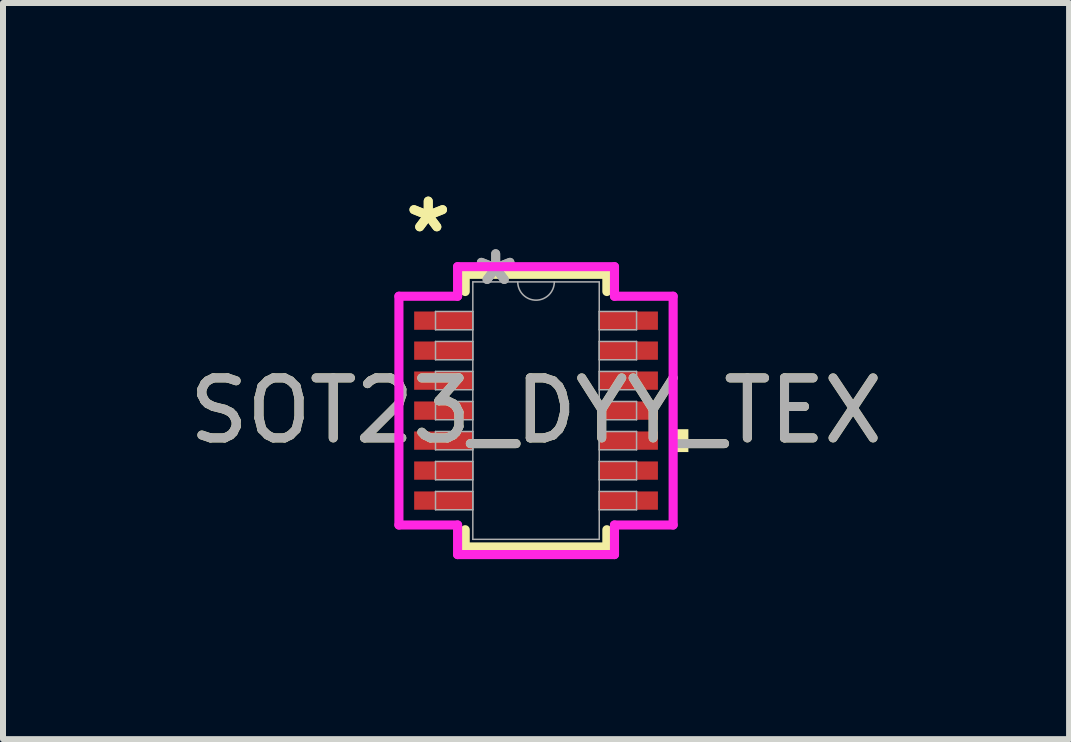
<source format=kicad_pcb>
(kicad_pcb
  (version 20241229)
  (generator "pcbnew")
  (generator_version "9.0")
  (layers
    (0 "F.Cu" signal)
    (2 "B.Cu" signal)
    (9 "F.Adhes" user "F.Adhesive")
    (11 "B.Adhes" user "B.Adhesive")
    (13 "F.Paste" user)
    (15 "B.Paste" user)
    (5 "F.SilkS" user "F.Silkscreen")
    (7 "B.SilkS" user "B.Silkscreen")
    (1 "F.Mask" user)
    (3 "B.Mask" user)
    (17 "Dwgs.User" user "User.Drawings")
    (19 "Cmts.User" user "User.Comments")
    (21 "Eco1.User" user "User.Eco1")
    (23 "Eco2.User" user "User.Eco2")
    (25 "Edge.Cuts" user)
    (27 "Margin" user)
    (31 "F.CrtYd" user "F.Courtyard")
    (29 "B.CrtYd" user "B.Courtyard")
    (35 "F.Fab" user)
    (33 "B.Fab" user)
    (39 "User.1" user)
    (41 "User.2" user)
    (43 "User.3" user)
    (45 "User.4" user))
  (footprint "SOT23_DYY_TEX"
    (layer "F.Cu")
    (at 5.887 3.796)
    (property "Reference" "SOT23_DYY_TEX" (at 0 0 0) (unlocked yes) (layer "F.SilkS") (effects (font (size 1 1) (thickness 0.15))))
    (attr smd)
    (fp_line (start -1.181 -2.273) (end -1.181 -1.986) (stroke (width 0.152) (type solid)) (layer "F.SilkS"))
    (fp_line (start -1.181 1.986) (end -1.181 2.273) (stroke (width 0.152) (type solid)) (layer "F.SilkS"))
    (fp_line (start -1.181 2.273) (end 1.181 2.273) (stroke (width 0.152) (type solid)) (layer "F.SilkS"))
    (fp_line (start 1.181 -2.273) (end -1.181 -2.273) (stroke (width 0.152) (type solid)) (layer "F.SilkS"))
    (fp_line (start 1.181 -1.986) (end 1.181 -2.273) (stroke (width 0.152) (type solid)) (layer "F.SilkS"))
    (fp_line (start 1.181 2.273) (end 1.181 1.986) (stroke (width 0.152) (type solid)) (layer "F.SilkS"))
    (fp_poly (pts (xy 2.54 0.31) (xy 2.54 0.691) (xy 2.286 0.691) (xy 2.286 0.31)) (stroke (width 0) (type solid)) (fill yes) (layer "F.SilkS"))
    (fp_line (start -2.286 -1.907) (end -1.308 -1.907) (stroke (width 0.152) (type solid)) (layer "F.CrtYd"))
    (fp_line (start -2.286 1.907) (end -2.286 -1.907) (stroke (width 0.152) (type solid)) (layer "F.CrtYd"))
    (fp_line (start -2.286 1.907) (end -1.308 1.907) (stroke (width 0.152) (type solid)) (layer "F.CrtYd"))
    (fp_line (start -1.308 -2.4) (end 1.308 -2.4) (stroke (width 0.152) (type solid)) (layer "F.CrtYd"))
    (fp_line (start -1.308 -1.907) (end -1.308 -2.4) (stroke (width 0.152) (type solid)) (layer "F.CrtYd"))
    (fp_line (start -1.308 2.4) (end -1.308 1.907) (stroke (width 0.152) (type solid)) (layer "F.CrtYd"))
    (fp_line (start 1.308 -2.4) (end 1.308 -1.907) (stroke (width 0.152) (type solid)) (layer "F.CrtYd"))
    (fp_line (start 1.308 1.907) (end 1.308 2.4) (stroke (width 0.152) (type solid)) (layer "F.CrtYd"))
    (fp_line (start 1.308 2.4) (end -1.308 2.4) (stroke (width 0.152) (type solid)) (layer "F.CrtYd"))
    (fp_line (start 2.286 -1.907) (end 1.308 -1.907) (stroke (width 0.152) (type solid)) (layer "F.CrtYd"))
    (fp_line (start 2.286 -1.907) (end 2.286 1.907) (stroke (width 0.152) (type solid)) (layer "F.CrtYd"))
    (fp_line (start 2.286 1.907) (end 1.308 1.907) (stroke (width 0.152) (type solid)) (layer "F.CrtYd"))
    (fp_line (start -1.676 -1.653) (end -1.676 -1.348) (stroke (width 0.025) (type solid)) (layer "F.Fab"))
    (fp_line (start -1.676 -1.348) (end -1.054 -1.348) (stroke (width 0.025) (type solid)) (layer "F.Fab"))
    (fp_line (start -1.676 -1.153) (end -1.676 -0.848) (stroke (width 0.025) (type solid)) (layer "F.Fab"))
    (fp_line (start -1.676 -0.848) (end -1.054 -0.848) (stroke (width 0.025) (type solid)) (layer "F.Fab"))
    (fp_line (start -1.676 -0.653) (end -1.676 -0.348) (stroke (width 0.025) (type solid)) (layer "F.Fab"))
    (fp_line (start -1.676 -0.348) (end -1.054 -0.348) (stroke (width 0.025) (type solid)) (layer "F.Fab"))
    (fp_line (start -1.676 -0.152) (end -1.676 0.152) (stroke (width 0.025) (type solid)) (layer "F.Fab"))
    (fp_line (start -1.676 0.152) (end -1.054 0.152) (stroke (width 0.025) (type solid)) (layer "F.Fab"))
    (fp_line (start -1.676 0.348) (end -1.676 0.653) (stroke (width 0.025) (type solid)) (layer "F.Fab"))
    (fp_line (start -1.676 0.653) (end -1.054 0.653) (stroke (width 0.025) (type solid)) (layer "F.Fab"))
    (fp_line (start -1.676 0.848) (end -1.676 1.153) (stroke (width 0.025) (type solid)) (layer "F.Fab"))
    (fp_line (start -1.676 1.153) (end -1.054 1.153) (stroke (width 0.025) (type solid)) (layer "F.Fab"))
    (fp_line (start -1.676 1.348) (end -1.676 1.653) (stroke (width 0.025) (type solid)) (layer "F.Fab"))
    (fp_line (start -1.676 1.653) (end -1.054 1.653) (stroke (width 0.025) (type solid)) (layer "F.Fab"))
    (fp_line (start -1.054 -2.146) (end -1.054 2.146) (stroke (width 0.025) (type solid)) (layer "F.Fab"))
    (fp_line (start -1.054 -1.653) (end -1.676 -1.653) (stroke (width 0.025) (type solid)) (layer "F.Fab"))
    (fp_line (start -1.054 -1.348) (end -1.054 -1.653) (stroke (width 0.025) (type solid)) (layer "F.Fab"))
    (fp_line (start -1.054 -1.153) (end -1.676 -1.153) (stroke (width 0.025) (type solid)) (layer "F.Fab"))
    (fp_line (start -1.054 -0.848) (end -1.054 -1.153) (stroke (width 0.025) (type solid)) (layer "F.Fab"))
    (fp_line (start -1.054 -0.653) (end -1.676 -0.653) (stroke (width 0.025) (type solid)) (layer "F.Fab"))
    (fp_line (start -1.054 -0.348) (end -1.054 -0.653) (stroke (width 0.025) (type solid)) (layer "F.Fab"))
    (fp_line (start -1.054 -0.152) (end -1.676 -0.152) (stroke (width 0.025) (type solid)) (layer "F.Fab"))
    (fp_line (start -1.054 0.152) (end -1.054 -0.152) (stroke (width 0.025) (type solid)) (layer "F.Fab"))
    (fp_line (start -1.054 0.348) (end -1.676 0.348) (stroke (width 0.025) (type solid)) (layer "F.Fab"))
    (fp_line (start -1.054 0.653) (end -1.054 0.348) (stroke (width 0.025) (type solid)) (layer "F.Fab"))
    (fp_line (start -1.054 0.848) (end -1.676 0.848) (stroke (width 0.025) (type solid)) (layer "F.Fab"))
    (fp_line (start -1.054 1.153) (end -1.054 0.848) (stroke (width 0.025) (type solid)) (layer "F.Fab"))
    (fp_line (start -1.054 1.348) (end -1.676 1.348) (stroke (width 0.025) (type solid)) (layer "F.Fab"))
    (fp_line (start -1.054 1.653) (end -1.054 1.348) (stroke (width 0.025) (type solid)) (layer "F.Fab"))
    (fp_line (start -1.054 2.146) (end 1.054 2.146) (stroke (width 0.025) (type solid)) (layer "F.Fab"))
    (fp_line (start 1.054 -2.146) (end -1.054 -2.146) (stroke (width 0.025) (type solid)) (layer "F.Fab"))
    (fp_line (start 1.054 -1.653) (end 1.054 -1.348) (stroke (width 0.025) (type solid)) (layer "F.Fab"))
    (fp_line (start 1.054 -1.348) (end 1.676 -1.348) (stroke (width 0.025) (type solid)) (layer "F.Fab"))
    (fp_line (start 1.054 -1.153) (end 1.054 -0.848) (stroke (width 0.025) (type solid)) (layer "F.Fab"))
    (fp_line (start 1.054 -0.848) (end 1.676 -0.848) (stroke (width 0.025) (type solid)) (layer "F.Fab"))
    (fp_line (start 1.054 -0.653) (end 1.054 -0.348) (stroke (width 0.025) (type solid)) (layer "F.Fab"))
    (fp_line (start 1.054 -0.348) (end 1.676 -0.348) (stroke (width 0.025) (type solid)) (layer "F.Fab"))
    (fp_line (start 1.054 -0.152) (end 1.054 0.152) (stroke (width 0.025) (type solid)) (layer "F.Fab"))
    (fp_line (start 1.054 0.152) (end 1.676 0.152) (stroke (width 0.025) (type solid)) (layer "F.Fab"))
    (fp_line (start 1.054 0.348) (end 1.054 0.653) (stroke (width 0.025) (type solid)) (layer "F.Fab"))
    (fp_line (start 1.054 0.653) (end 1.676 0.653) (stroke (width 0.025) (type solid)) (layer "F.Fab"))
    (fp_line (start 1.054 0.848) (end 1.054 1.153) (stroke (width 0.025) (type solid)) (layer "F.Fab"))
    (fp_line (start 1.054 1.153) (end 1.676 1.153) (stroke (width 0.025) (type solid)) (layer "F.Fab"))
    (fp_line (start 1.054 1.348) (end 1.054 1.653) (stroke (width 0.025) (type solid)) (layer "F.Fab"))
    (fp_line (start 1.054 1.653) (end 1.676 1.653) (stroke (width 0.025) (type solid)) (layer "F.Fab"))
    (fp_line (start 1.054 2.146) (end 1.054 -2.146) (stroke (width 0.025) (type solid)) (layer "F.Fab"))
    (fp_line (start 1.676 -1.653) (end 1.054 -1.653) (stroke (width 0.025) (type solid)) (layer "F.Fab"))
    (fp_line (start 1.676 -1.348) (end 1.676 -1.653) (stroke (width 0.025) (type solid)) (layer "F.Fab"))
    (fp_line (start 1.676 -1.153) (end 1.054 -1.153) (stroke (width 0.025) (type solid)) (layer "F.Fab"))
    (fp_line (start 1.676 -0.848) (end 1.676 -1.153) (stroke (width 0.025) (type solid)) (layer "F.Fab"))
    (fp_line (start 1.676 -0.653) (end 1.054 -0.653) (stroke (width 0.025) (type solid)) (layer "F.Fab"))
    (fp_line (start 1.676 -0.348) (end 1.676 -0.653) (stroke (width 0.025) (type solid)) (layer "F.Fab"))
    (fp_line (start 1.676 -0.152) (end 1.054 -0.152) (stroke (width 0.025) (type solid)) (layer "F.Fab"))
    (fp_line (start 1.676 0.152) (end 1.676 -0.152) (stroke (width 0.025) (type solid)) (layer "F.Fab"))
    (fp_line (start 1.676 0.348) (end 1.054 0.348) (stroke (width 0.025) (type solid)) (layer "F.Fab"))
    (fp_line (start 1.676 0.653) (end 1.676 0.348) (stroke (width 0.025) (type solid)) (layer "F.Fab"))
    (fp_line (start 1.676 0.848) (end 1.054 0.848) (stroke (width 0.025) (type solid)) (layer "F.Fab"))
    (fp_line (start 1.676 1.153) (end 1.676 0.848) (stroke (width 0.025) (type solid)) (layer "F.Fab"))
    (fp_line (start 1.676 1.348) (end 1.054 1.348) (stroke (width 0.025) (type solid)) (layer "F.Fab"))
    (fp_line (start 1.676 1.653) (end 1.676 1.348) (stroke (width 0.025) (type solid)) (layer "F.Fab"))
    (fp_arc (start 0.3048 -2.1463) (mid 0 -1.8415) (end -0.3048 -2.1463) (stroke (width 0.0254) (type solid)) (layer "F.Fab"))
    (fp_text user "*" (at -1.797 -2.948 0) (layer "F.SilkS") (effects (font (size 1 1) (thickness 0.15))))
    (fp_text user "*" (at -1.797 -2.948 0) (unlocked yes) (layer "F.SilkS") (effects (font (size 1 1) (thickness 0.15))))
    (fp_text user "*" (at -0.673 -2.07 0) (layer "F.Fab") (effects (font (size 1 1) (thickness 0.15))))
    (fp_text user "${REFERENCE}" (at 0 0 0) (unlocked yes) (layer "F.Fab") (effects (font (size 1 1) (thickness 0.15))))
    (fp_text user "*" (at -0.673 -2.07 0) (unlocked yes) (layer "F.Fab") (effects (font (size 1 1) (thickness 0.15))))
    (pad "1" smd rect (at -1.543 -1.5) (size 0.978 0.305) (layers "F.Cu" "F.Mask" "F.Paste"))
    (pad "2" smd rect (at -1.543 -1) (size 0.978 0.305) (layers "F.Cu" "F.Mask" "F.Paste"))
    (pad "3" smd rect (at -1.543 -0.5) (size 0.978 0.305) (layers "F.Cu" "F.Mask" "F.Paste"))
    (pad "4" smd rect (at -1.543 0) (size 0.978 0.305) (layers "F.Cu" "F.Mask" "F.Paste"))
    (pad "5" smd rect (at -1.543 0.5) (size 0.978 0.305) (layers "F.Cu" "F.Mask" "F.Paste"))
    (pad "6" smd rect (at -1.543 1) (size 0.978 0.305) (layers "F.Cu" "F.Mask" "F.Paste"))
    (pad "7" smd rect (at -1.543 1.5) (size 0.978 0.305) (layers "F.Cu" "F.Mask" "F.Paste"))
    (pad "8" smd rect (at 1.543 1.5) (size 0.978 0.305) (layers "F.Cu" "F.Mask" "F.Paste"))
    (pad "9" smd rect (at 1.543 1) (size 0.978 0.305) (layers "F.Cu" "F.Mask" "F.Paste"))
    (pad "10" smd rect (at 1.543 0.5) (size 0.978 0.305) (layers "F.Cu" "F.Mask" "F.Paste"))
    (pad "11" smd rect (at 1.543 0) (size 0.978 0.305) (layers "F.Cu" "F.Mask" "F.Paste"))
    (pad "12" smd rect (at 1.543 -0.5) (size 0.978 0.305) (layers "F.Cu" "F.Mask" "F.Paste"))
    (pad "13" smd rect (at 1.543 -1) (size 0.978 0.305) (layers "F.Cu" "F.Mask" "F.Paste"))
    (pad "14" smd rect (at 1.543 -1.5) (size 0.978 0.305) (layers "F.Cu" "F.Mask" "F.Paste")))
  (gr_rect
    (start -3 -3)
    (end 14.774 9.273)
    (stroke (width 0.1) (type default))
    (fill no)
    (layer "Edge.Cuts")))
</source>
